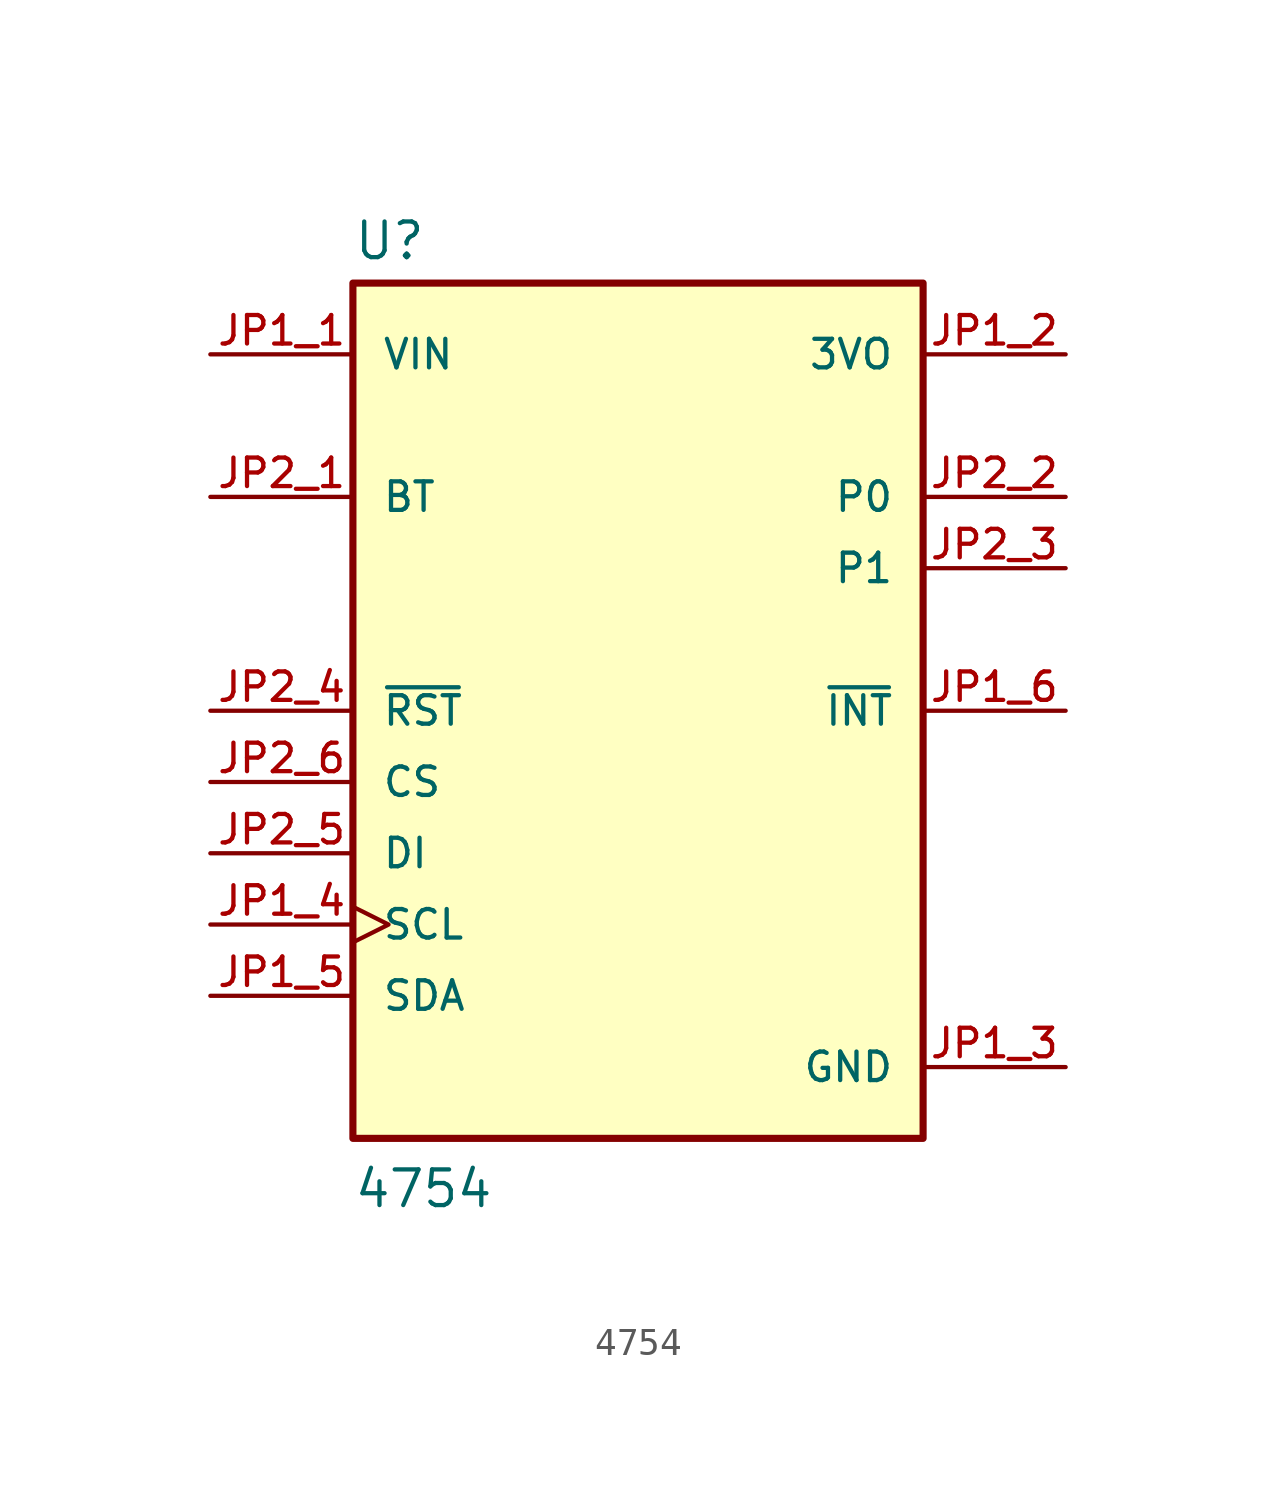
<source format=kicad_sym>
(kicad_symbol_lib
  (version 20211014)
  (generator kicad_symbol_editor)
  (symbol "4754"
    (pin_names
      (offset 1.016))
    (property "Reference" "U"
      (at -10.16 16.002 0)
      (effects (font (size 1.27 1.27)) (justify bottom left)))
    (property "Value" "4754"
      (at -10.16 -17.78 0)
      (effects (font (size 1.27 1.27)) (justify bottom left)))
    (symbol "4754_0_0"
      (rectangle (start -10.16 -15.24) (end 10.16 15.24) (stroke (width 0.254)) (fill (type background)))
      (pin input line (at -15.24 12.7 0) (length 5.08) (name "VIN" (effects (font (size 1.016 1.016)))) (number "JP1_1" (effects (font (size 1.016 1.016)))))
      (pin output line (at 15.24 12.7 180.0) (length 5.08) (name "3VO" (effects (font (size 1.016 1.016)))) (number "JP1_2" (effects (font (size 1.016 1.016)))))
      (pin power_in line (at 15.24 -12.7 180.0) (length 5.08) (name "GND" (effects (font (size 1.016 1.016)))) (number "JP1_3" (effects (font (size 1.016 1.016)))))
      (pin bidirectional clock (at -15.24 -7.62 0) (length 5.08) (name "SCL" (effects (font (size 1.016 1.016)))) (number "JP1_4" (effects (font (size 1.016 1.016)))))
      (pin bidirectional line (at -15.24 -10.16 0) (length 5.08) (name "SDA" (effects (font (size 1.016 1.016)))) (number "JP1_5" (effects (font (size 1.016 1.016)))))
      (pin output line (at 15.24 0.0 180.0) (length 5.08) (name "~{INT}" (effects (font (size 1.016 1.016)))) (number "JP1_6" (effects (font (size 1.016 1.016)))))
      (pin input line (at -15.24 -2.54 0) (length 5.08) (name "CS" (effects (font (size 1.016 1.016)))) (number "JP2_6" (effects (font (size 1.016 1.016)))))
      (pin input line (at -15.24 -5.08 0) (length 5.08) (name "DI" (effects (font (size 1.016 1.016)))) (number "JP2_5" (effects (font (size 1.016 1.016)))))
      (pin input line (at -15.24 0.0 0) (length 5.08) (name "~{RST}" (effects (font (size 1.016 1.016)))) (number "JP2_4" (effects (font (size 1.016 1.016)))))
      (pin bidirectional line (at 15.24 5.08 180.0) (length 5.08) (name "P1" (effects (font (size 1.016 1.016)))) (number "JP2_3" (effects (font (size 1.016 1.016)))))
      (pin bidirectional line (at 15.24 7.62 180.0) (length 5.08) (name "P0" (effects (font (size 1.016 1.016)))) (number "JP2_2" (effects (font (size 1.016 1.016)))))
      (pin input line (at -15.24 7.62 0) (length 5.08) (name "BT" (effects (font (size 1.016 1.016)))) (number "JP2_1" (effects (font (size 1.016 1.016))))))))
</source>
